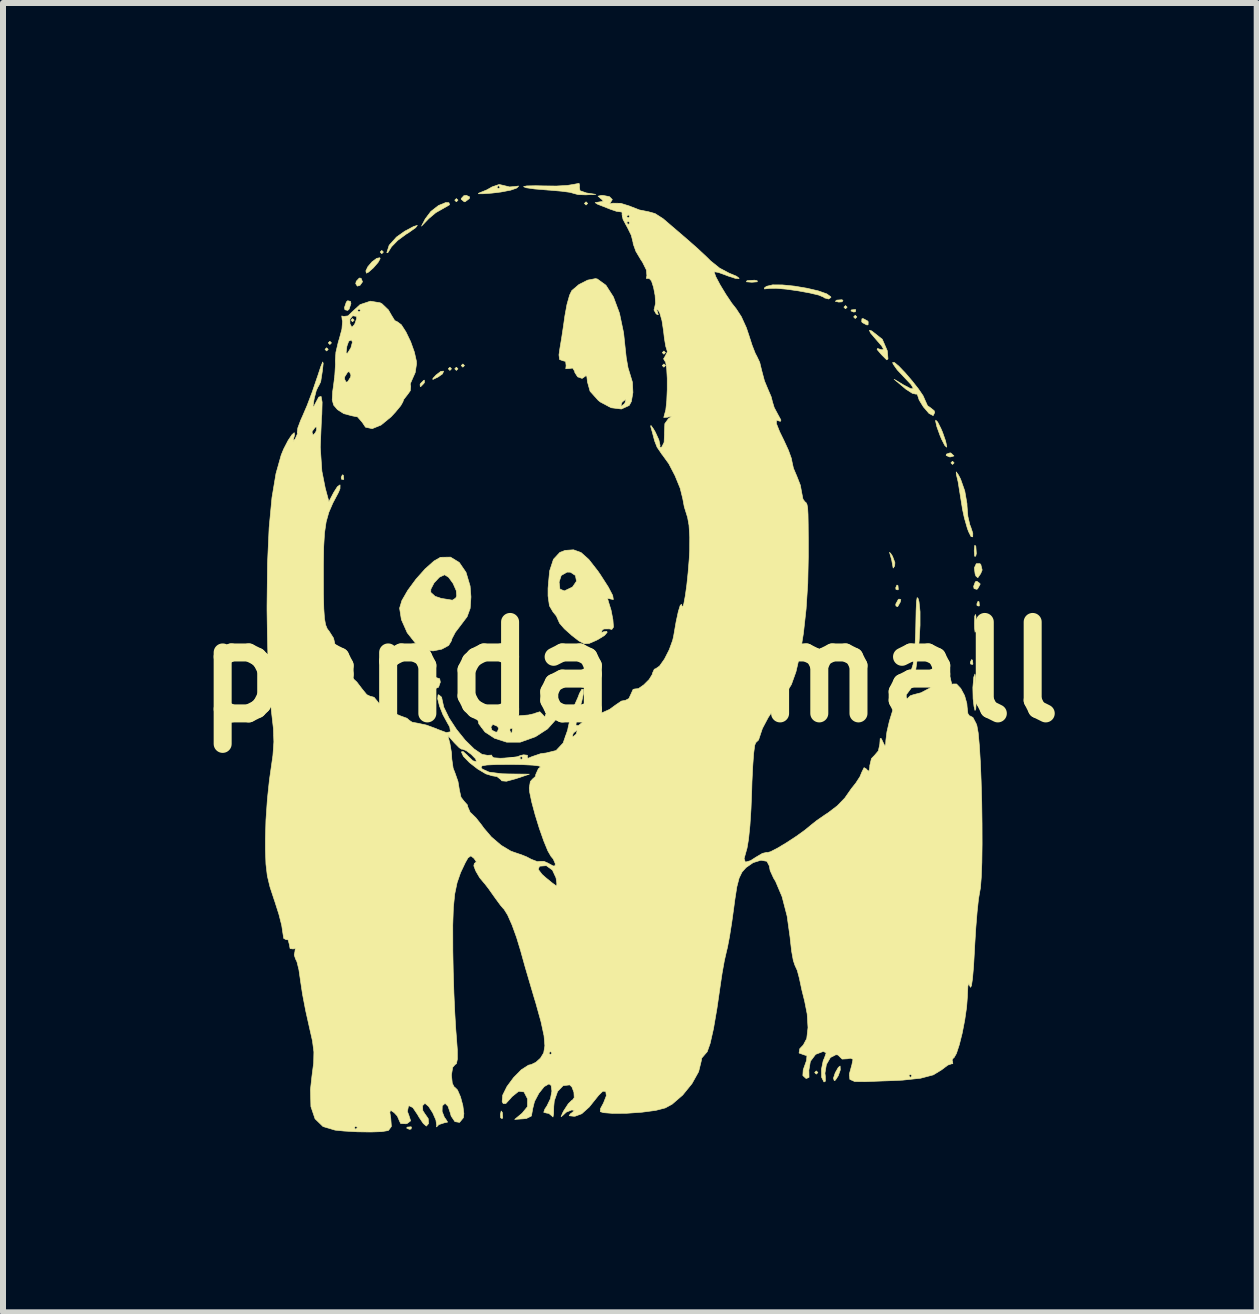
<source format=kicad_pcb>
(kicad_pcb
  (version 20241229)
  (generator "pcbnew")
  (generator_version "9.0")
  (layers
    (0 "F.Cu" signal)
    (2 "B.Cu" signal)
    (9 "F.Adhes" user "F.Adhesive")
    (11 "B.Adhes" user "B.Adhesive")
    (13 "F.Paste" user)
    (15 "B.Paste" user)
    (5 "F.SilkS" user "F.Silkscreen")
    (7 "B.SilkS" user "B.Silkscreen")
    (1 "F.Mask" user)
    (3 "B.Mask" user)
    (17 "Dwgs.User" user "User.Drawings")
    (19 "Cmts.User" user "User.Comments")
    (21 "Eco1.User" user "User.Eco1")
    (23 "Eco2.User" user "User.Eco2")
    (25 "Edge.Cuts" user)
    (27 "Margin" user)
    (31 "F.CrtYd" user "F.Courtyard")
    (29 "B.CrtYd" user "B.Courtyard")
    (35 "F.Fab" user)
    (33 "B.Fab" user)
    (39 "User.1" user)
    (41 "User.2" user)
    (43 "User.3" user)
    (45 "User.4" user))
  (footprint "panda_small"
    (layer "F.Cu")
    (at 7.446 8.149)
    (property "Reference" "panda_small" (at 0 0 0) (layer "F.SilkS") (effects (font (size 1.524 1.524) (thickness 0.3))))
    (attr through_hole)
    (fp_poly (pts (xy -5.026 -5.377) (xy -5.053 -5.35) (xy -5.08 -5.377) (xy -5.053 -5.404) (xy -5.026 -5.377)) (stroke (width 0.01) (type solid)) (fill yes) (layer "F.SilkS"))
    (fp_poly (pts (xy -4.972 -5.485) (xy -4.999 -5.458) (xy -5.026 -5.485) (xy -4.999 -5.512) (xy -4.972 -5.485)) (stroke (width 0.01) (type solid)) (fill yes) (layer "F.SilkS"))
    (fp_poly (pts (xy -4.594 -5.864) (xy -4.621 -5.837) (xy -4.648 -5.864) (xy -4.621 -5.891) (xy -4.594 -5.864)) (stroke (width 0.01) (type solid)) (fill yes) (layer "F.SilkS"))
    (fp_poly (pts (xy -4.107 -6.999) (xy -4.134 -6.971) (xy -4.161 -6.999) (xy -4.134 -7.026) (xy -4.107 -6.999)) (stroke (width 0.01) (type solid)) (fill yes) (layer "F.SilkS"))
    (fp_poly (pts (xy -2.972 -5.053) (xy -2.999 -5.026) (xy -3.026 -5.053) (xy -2.999 -5.08) (xy -2.972 -5.053)) (stroke (width 0.01) (type solid)) (fill yes) (layer "F.SilkS"))
    (fp_poly (pts (xy -2.864 -7.863) (xy -2.891 -7.836) (xy -2.918 -7.863) (xy -2.891 -7.89) (xy -2.864 -7.863)) (stroke (width 0.01) (type solid)) (fill yes) (layer "F.SilkS"))
    (fp_poly (pts (xy -2.864 -5.053) (xy -2.891 -5.026) (xy -2.918 -5.053) (xy -2.891 -5.08) (xy -2.864 -5.053)) (stroke (width 0.01) (type solid)) (fill yes) (layer "F.SilkS"))
    (fp_poly (pts (xy -2.756 -5.107) (xy -2.783 -5.08) (xy -2.81 -5.107) (xy -2.783 -5.134) (xy -2.756 -5.107)) (stroke (width 0.01) (type solid)) (fill yes) (layer "F.SilkS"))
    (fp_poly (pts (xy -0.703 -7.809) (xy -0.73 -7.782) (xy -0.757 -7.809) (xy -0.73 -7.836) (xy -0.703 -7.809)) (stroke (width 0.01) (type solid)) (fill yes) (layer "F.SilkS"))
    (fp_poly (pts (xy 0.594 -5.323) (xy 0.567 -5.296) (xy 0.54 -5.323) (xy 0.567 -5.35) (xy 0.594 -5.323)) (stroke (width 0.01) (type solid)) (fill yes) (layer "F.SilkS"))
    (fp_poly (pts (xy 0.594 -5.107) (xy 0.567 -5.08) (xy 0.54 -5.107) (xy 0.567 -5.134) (xy 0.594 -5.107)) (stroke (width 0.01) (type solid)) (fill yes) (layer "F.SilkS"))
    (fp_poly (pts (xy 3.134 6.674) (xy 3.107 6.701) (xy 3.08 6.674) (xy 3.107 6.647) (xy 3.134 6.674)) (stroke (width 0.01) (type solid)) (fill yes) (layer "F.SilkS"))
    (fp_poly (pts (xy 3.621 -6.08) (xy 3.594 -6.053) (xy 3.567 -6.08) (xy 3.594 -6.107) (xy 3.621 -6.08)) (stroke (width 0.01) (type solid)) (fill yes) (layer "F.SilkS"))
    (fp_poly (pts (xy 3.783 -5.918) (xy 3.756 -5.891) (xy 3.729 -5.918) (xy 3.756 -5.945) (xy 3.783 -5.918)) (stroke (width 0.01) (type solid)) (fill yes) (layer "F.SilkS"))
    (fp_poly (pts (xy 5.404 -3.486) (xy 5.377 -3.459) (xy 5.35 -3.486) (xy 5.377 -3.513) (xy 5.404 -3.486)) (stroke (width 0.01) (type solid)) (fill yes) (layer "F.SilkS"))
    (fp_poly (pts (xy -4.774 -3.279) (xy -4.767 -3.214) (xy -4.774 -3.207) (xy -4.806 -3.214) (xy -4.81 -3.243) (xy -4.79 -3.287) (xy -4.774 -3.279)) (stroke (width 0.01) (type solid)) (fill yes) (layer "F.SilkS"))
    (fp_poly (pts (xy -3.639 7.584) (xy -3.646 7.616) (xy -3.675 7.62) (xy -3.719 7.6) (xy -3.711 7.584) (xy -3.647 7.578) (xy -3.639 7.584)) (stroke (width 0.01) (type solid)) (fill yes) (layer "F.SilkS"))
    (fp_poly (pts (xy -2.125 7.34) (xy -2.118 7.424) (xy -2.129 7.443) (xy -2.154 7.427) (xy -2.157 7.372) (xy -2.144 7.315) (xy -2.125 7.34)) (stroke (width 0.01) (type solid)) (fill yes) (layer "F.SilkS"))
    (fp_poly (pts (xy 3.552 -6.194) (xy 3.536 -6.169) (xy 3.481 -6.165) (xy 3.424 -6.178) (xy 3.449 -6.198) (xy 3.533 -6.204) (xy 3.552 -6.194)) (stroke (width 0.01) (type solid)) (fill yes) (layer "F.SilkS"))
    (fp_poly (pts (xy 3.765 -6.035) (xy 3.758 -6.003) (xy 3.729 -5.999) (xy 3.684 -6.018) (xy 3.693 -6.035) (xy 3.757 -6.041) (xy 3.765 -6.035)) (stroke (width 0.01) (type solid)) (fill yes) (layer "F.SilkS"))
    (fp_poly (pts (xy 4.468 -1.441) (xy 4.474 -1.377) (xy 4.468 -1.369) (xy 4.435 -1.376) (xy 4.431 -1.405) (xy 4.451 -1.45) (xy 4.468 -1.441)) (stroke (width 0.01) (type solid)) (fill yes) (layer "F.SilkS"))
    (fp_poly (pts (xy 5.71 -0.198) (xy 5.717 -0.134) (xy 5.71 -0.126) (xy 5.678 -0.134) (xy 5.674 -0.162) (xy 5.694 -0.207) (xy 5.71 -0.198)) (stroke (width 0.01) (type solid)) (fill yes) (layer "F.SilkS"))
    (fp_poly (pts (xy 5.819 -1.171) (xy 5.825 -1.107) (xy 5.819 -1.099) (xy 5.786 -1.106) (xy 5.783 -1.135) (xy 5.802 -1.179) (xy 5.819 -1.171)) (stroke (width 0.01) (type solid)) (fill yes) (layer "F.SilkS"))
    (fp_poly (pts (xy -4.479 -6.562) (xy -4.455 -6.503) (xy -4.497 -6.444) (xy -4.541 -6.431) (xy -4.568 -6.471) (xy -4.559 -6.512) (xy -4.508 -6.566) (xy -4.479 -6.562)) (stroke (width 0.01) (type solid)) (fill yes) (layer "F.SilkS"))
    (fp_poly (pts (xy -3.121 -4.969) (xy -3.197 -4.916) (xy -3.283 -4.875) (xy -3.282 -4.893) (xy -3.23 -4.949) (xy -3.149 -5.011) (xy -3.104 -5.014) (xy -3.121 -4.969)) (stroke (width 0.01) (type solid)) (fill yes) (layer "F.SilkS"))
    (fp_poly (pts (xy 4.516 -1.207) (xy 4.506 -1.165) (xy 4.463 -1.089) (xy 4.434 -1.101) (xy 4.431 -1.132) (xy 4.471 -1.205) (xy 4.485 -1.216) (xy 4.516 -1.207)) (stroke (width 0.01) (type solid)) (fill yes) (layer "F.SilkS"))
    (fp_poly (pts (xy 5.354 -3.646) (xy 5.401 -3.601) (xy 5.346 -3.585) (xy 5.326 -3.585) (xy 5.271 -3.609) (xy 5.275 -3.631) (xy 5.338 -3.653) (xy 5.354 -3.646)) (stroke (width 0.01) (type solid)) (fill yes) (layer "F.SilkS"))
    (fp_poly (pts (xy -4.655 -6.176) (xy -4.648 -6.14) (xy -4.679 -6.047) (xy -4.702 -6.026) (xy -4.748 -6.037) (xy -4.756 -6.073) (xy -4.724 -6.167) (xy -4.702 -6.188) (xy -4.655 -6.176)) (stroke (width 0.01) (type solid)) (fill yes) (layer "F.SilkS"))
    (fp_poly (pts (xy -3.422 -4.829) (xy -3.432 -4.81) (xy -3.483 -4.758) (xy -3.492 -4.756) (xy -3.496 -4.791) (xy -3.486 -4.81) (xy -3.435 -4.861) (xy -3.425 -4.864) (xy -3.422 -4.829)) (stroke (width 0.01) (type solid)) (fill yes) (layer "F.SilkS"))
    (fp_poly (pts (xy -3.169 0.112) (xy -3.158 0.168) (xy -3.188 0.253) (xy -3.227 0.27) (xy -3.29 0.227) (xy -3.297 0.195) (xy -3.254 0.109) (xy -3.227 0.093) (xy -3.169 0.112)) (stroke (width 0.01) (type solid)) (fill yes) (layer "F.SilkS"))
    (fp_poly (pts (xy -2.67 -7.918) (xy -2.675 -7.89) (xy -2.744 -7.838) (xy -2.759 -7.836) (xy -2.809 -7.877) (xy -2.81 -7.89) (xy -2.766 -7.938) (xy -2.726 -7.944) (xy -2.67 -7.918)) (stroke (width 0.01) (type solid)) (fill yes) (layer "F.SilkS"))
    (fp_poly (pts (xy -0.607 0.072) (xy -0.621 0.096) (xy -0.706 0.174) (xy -0.716 0.185) (xy -0.75 0.186) (xy -0.757 0.144) (xy -0.713 0.068) (xy -0.662 0.055) (xy -0.607 0.072)) (stroke (width 0.01) (type solid)) (fill yes) (layer "F.SilkS"))
    (fp_poly (pts (xy 2.122 -6.521) (xy 2.124 -6.503) (xy 2.039 -6.496) (xy 2.027 -6.496) (xy 1.943 -6.503) (xy 1.951 -6.52) (xy 1.96 -6.523) (xy 2.078 -6.53) (xy 2.122 -6.521)) (stroke (width 0.01) (type solid)) (fill yes) (layer "F.SilkS"))
    (fp_poly (pts (xy 3.507 6.631) (xy 3.473 6.727) (xy 3.426 6.8) (xy 3.406 6.809) (xy 3.393 6.768) (xy 3.423 6.678) (xy 3.474 6.589) (xy 3.504 6.566) (xy 3.507 6.631)) (stroke (width 0.01) (type solid)) (fill yes) (layer "F.SilkS"))
    (fp_poly (pts (xy 3.961 -5.851) (xy 3.972 -5.837) (xy 3.97 -5.787) (xy 3.951 -5.783) (xy 3.875 -5.822) (xy 3.864 -5.837) (xy 3.867 -5.886) (xy 3.885 -5.891) (xy 3.961 -5.851)) (stroke (width 0.01) (type solid)) (fill yes) (layer "F.SilkS"))
    (fp_poly (pts (xy 5.763 -2.102) (xy 5.766 -2.093) (xy 5.774 -1.975) (xy 5.764 -1.931) (xy 5.746 -1.929) (xy 5.739 -2.014) (xy 5.739 -2.027) (xy 5.747 -2.11) (xy 5.763 -2.102)) (stroke (width 0.01) (type solid)) (fill yes) (layer "F.SilkS"))
    (fp_poly (pts (xy 5.767 -0.932) (xy 5.776 -0.775) (xy 5.767 -0.689) (xy 5.753 -0.663) (xy 5.745 -0.731) (xy 5.743 -0.811) (xy 5.747 -0.928) (xy 5.758 -0.96) (xy 5.767 -0.932)) (stroke (width 0.01) (type solid)) (fill yes) (layer "F.SilkS"))
    (fp_poly (pts (xy 5.835 -1.474) (xy 5.837 -1.462) (xy 5.797 -1.389) (xy 5.783 -1.378) (xy 5.736 -1.39) (xy 5.729 -1.429) (xy 5.757 -1.503) (xy 5.783 -1.513) (xy 5.835 -1.474)) (stroke (width 0.01) (type solid)) (fill yes) (layer "F.SilkS"))
    (fp_poly (pts (xy 4.35 -1.971) (xy 4.377 -1.93) (xy 4.417 -1.823) (xy 4.413 -1.768) (xy 4.388 -1.733) (xy 4.382 -1.765) (xy 4.363 -1.869) (xy 4.346 -1.928) (xy 4.327 -1.996) (xy 4.35 -1.971)) (stroke (width 0.01) (type solid)) (fill yes) (layer "F.SilkS"))
    (fp_poly (pts (xy 5.848 -1.793) (xy 5.871 -1.7) (xy 5.846 -1.64) (xy 5.799 -1.572) (xy 5.768 -1.598) (xy 5.754 -1.632) (xy 5.741 -1.736) (xy 5.773 -1.805) (xy 5.833 -1.806) (xy 5.848 -1.793)) (stroke (width 0.01) (type solid)) (fill yes) (layer "F.SilkS"))
    (fp_poly (pts (xy -4.161 -6.889) (xy -4.196 -6.826) (xy -4.273 -6.737) (xy -4.354 -6.665) (xy -4.39 -6.647) (xy -4.399 -6.685) (xy -4.366 -6.754) (xy -4.296 -6.836) (xy -4.218 -6.894) (xy -4.167 -6.904) (xy -4.161 -6.889)) (stroke (width 0.01) (type solid)) (fill yes) (layer "F.SilkS"))
    (fp_poly (pts (xy -3.015 -7.821) (xy -3.004 -7.787) (xy -3.086 -7.739) (xy -3.089 -7.738) (xy -3.234 -7.655) (xy -3.352 -7.556) (xy -3.472 -7.431) (xy -3.409 -7.552) (xy -3.316 -7.675) (xy -3.189 -7.774) (xy -3.067 -7.824) (xy -3.015 -7.821)) (stroke (width 0.01) (type solid)) (fill yes) (layer "F.SilkS"))
    (fp_poly (pts (xy 5.129 -4.166) (xy 5.182 -4.062) (xy 5.211 -3.995) (xy 5.26 -3.855) (xy 5.281 -3.763) (xy 5.278 -3.747) (xy 5.247 -3.778) (xy 5.194 -3.882) (xy 5.166 -3.95) (xy 5.116 -4.089) (xy 5.095 -4.181) (xy 5.098 -4.197) (xy 5.129 -4.166)) (stroke (width 0.01) (type solid)) (fill yes) (layer "F.SilkS"))
    (fp_poly (pts (xy 5.763 0.093) (xy 5.771 0.256) (xy 5.772 0.284) (xy 5.772 0.492) (xy 5.765 0.613) (xy 5.752 0.641) (xy 5.735 0.571) (xy 5.72 0.444) (xy 5.716 0.259) (xy 5.731 0.088) (xy 5.733 0.08) (xy 5.751 0.033) (xy 5.763 0.093)) (stroke (width 0.01) (type solid)) (fill yes) (layer "F.SilkS"))
    (fp_poly (pts (xy -3.57 -7.405) (xy -3.691 -7.319) (xy -3.728 -7.297) (xy -3.869 -7.193) (xy -3.972 -7.087) (xy -3.992 -7.055) (xy -4.034 -6.987) (xy -4.05 -6.989) (xy -4.011 -7.112) (xy -3.889 -7.248) (xy -3.751 -7.346) (xy -3.602 -7.425) (xy -3.541 -7.443) (xy -3.57 -7.405)) (stroke (width 0.01) (type solid)) (fill yes) (layer "F.SilkS"))
    (fp_poly (pts (xy 4.031 -5.684) (xy 4.207 -5.545) (xy 4.29 -5.354) (xy 4.293 -5.326) (xy 4.302 -5.218) (xy 4.281 -5.202) (xy 4.21 -5.272) (xy 4.186 -5.298) (xy 4.12 -5.376) (xy 4.128 -5.392) (xy 4.191 -5.371) (xy 4.232 -5.373) (xy 4.196 -5.436) (xy 4.107 -5.538) (xy 4.009 -5.653) (xy 3.992 -5.696) (xy 4.031 -5.684)) (stroke (width 0.01) (type solid)) (fill yes) (layer "F.SilkS"))
    (fp_poly (pts (xy 5.475 -3.285) (xy 5.511 -3.216) (xy 5.581 -3.018) (xy 5.618 -2.805) (xy 5.619 -2.766) (xy 5.633 -2.594) (xy 5.666 -2.452) (xy 5.678 -2.425) (xy 5.715 -2.313) (xy 5.714 -2.253) (xy 5.686 -2.257) (xy 5.643 -2.343) (xy 5.624 -2.396) (xy 5.574 -2.57) (xy 5.54 -2.728) (xy 5.538 -2.747) (xy 5.47 -3.171) (xy 5.44 -3.297) (xy 5.439 -3.335) (xy 5.475 -3.285)) (stroke (width 0.01) (type solid)) (fill yes) (layer "F.SilkS"))
    (fp_poly (pts (xy 2.542 -6.451) (xy 2.742 -6.431) (xy 2.95 -6.396) (xy 3.139 -6.352) (xy 3.281 -6.302) (xy 3.349 -6.253) (xy 3.351 -6.243) (xy 3.313 -6.216) (xy 3.243 -6.235) (xy 3.228 -6.248) (xy 3.15 -6.281) (xy 2.999 -6.317) (xy 2.807 -6.352) (xy 2.609 -6.38) (xy 2.438 -6.395) (xy 2.335 -6.393) (xy 2.242 -6.384) (xy 2.245 -6.404) (xy 2.279 -6.428) (xy 2.379 -6.452) (xy 2.542 -6.451)) (stroke (width 0.01) (type solid)) (fill yes) (layer "F.SilkS"))
    (fp_poly (pts (xy -2.115 -8.111) (xy -2.005 -8.084) (xy -1.926 -8.09) (xy -1.853 -8.099) (xy -1.878 -8.072) (xy -1.891 -8.063) (xy -1.987 -8.03) (xy -2.15 -7.999) (xy -2.297 -7.981) (xy -2.447 -7.97) (xy -2.525 -7.97) (xy -2.515 -7.981) (xy -2.383 -8.035) (xy -2.305 -8.079) (xy -2.216 -8.079) (xy -2.189 -8.052) (xy -2.162 -8.079) (xy -2.189 -8.106) (xy -2.216 -8.079) (xy -2.305 -8.079) (xy -2.299 -8.083) (xy -2.178 -8.125) (xy -2.115 -8.111)) (stroke (width 0.01) (type solid)) (fill yes) (layer "F.SilkS"))
    (fp_poly (pts (xy 4.805 -1.223) (xy 4.819 -1.169) (xy 4.836 -1.005) (xy 4.836 -0.779) (xy 4.821 -0.518) (xy 4.795 -0.253) (xy 4.76 -0.011) (xy 4.718 0.179) (xy 4.676 0.285) (xy 4.616 0.365) (xy 4.596 0.358) (xy 4.594 0.291) (xy 4.617 0.164) (xy 4.675 0.016) (xy 4.675 0.015) (xy 4.72 -0.127) (xy 4.748 -0.349) (xy 4.763 -0.665) (xy 4.765 -0.764) (xy 4.77 -1.02) (xy 4.777 -1.176) (xy 4.788 -1.241) (xy 4.805 -1.223)) (stroke (width 0.01) (type solid)) (fill yes) (layer "F.SilkS"))
    (fp_poly (pts (xy -0.837 -8.101) (xy -0.842 -8.087) (xy -0.831 -8.021) (xy -0.725 -7.984) (xy -0.72 -7.983) (xy -0.567 -7.96) (xy -0.734 -7.952) (xy -0.861 -7.956) (xy -0.932 -7.975) (xy -0.932 -7.975) (xy -0.997 -7.994) (xy -1.141 -8.013) (xy -1.334 -8.03) (xy -1.357 -8.031) (xy -1.587 -8.05) (xy -1.727 -8.07) (xy -1.772 -8.088) (xy -1.72 -8.101) (xy -1.566 -8.104) (xy -1.432 -8.101) (xy -1.222 -8.099) (xy -1.042 -8.109) (xy -0.933 -8.127) (xy -0.846 -8.144) (xy -0.837 -8.101)) (stroke (width 0.01) (type solid)) (fill yes) (layer "F.SilkS"))
    (fp_poly (pts (xy 4.41 -5.158) (xy 4.486 -5.093) (xy 4.591 -4.983) (xy 4.704 -4.851) (xy 4.809 -4.718) (xy 4.886 -4.605) (xy 4.918 -4.533) (xy 4.918 -4.532) (xy 4.961 -4.437) (xy 4.999 -4.412) (xy 5.071 -4.355) (xy 5.08 -4.325) (xy 5.055 -4.273) (xy 4.986 -4.309) (xy 4.891 -4.42) (xy 4.822 -4.532) (xy 4.797 -4.607) (xy 4.798 -4.611) (xy 4.781 -4.635) (xy 4.771 -4.63) (xy 4.707 -4.645) (xy 4.6 -4.714) (xy 4.567 -4.742) (xy 4.404 -4.879) (xy 4.558 -4.786) (xy 4.683 -4.721) (xy 4.726 -4.723) (xy 4.688 -4.789) (xy 4.568 -4.917) (xy 4.566 -4.919) (xy 4.456 -5.036) (xy 4.389 -5.13) (xy 4.379 -5.158) (xy 4.41 -5.158)) (stroke (width 0.01) (type solid)) (fill yes) (layer "F.SilkS"))
    (fp_poly (pts (xy -2.843 -1.826) (xy -2.73 -1.661) (xy -2.662 -1.433) (xy -2.648 -1.252) (xy -2.661 -1.061) (xy -2.712 -0.922) (xy -2.81 -0.792) (xy -2.909 -0.662) (xy -2.966 -0.553) (xy -2.972 -0.523) (xy -3.02 -0.443) (xy -3.135 -0.381) (xy -3.279 -0.352) (xy -3.399 -0.366) (xy -3.567 -0.474) (xy -3.71 -0.655) (xy -3.807 -0.874) (xy -3.837 -1.064) (xy -3.799 -1.191) (xy -3.72 -1.328) (xy -3.318 -1.328) (xy -3.246 -1.262) (xy -3.143 -1.227) (xy -3.021 -1.208) (xy -2.957 -1.197) (xy -2.903 -1.232) (xy -2.885 -1.266) (xy -2.893 -1.357) (xy -2.946 -1.477) (xy -3.02 -1.579) (xy -3.087 -1.621) (xy -3.174 -1.58) (xy -3.262 -1.486) (xy -3.316 -1.382) (xy -3.318 -1.328) (xy -3.72 -1.328) (xy -3.701 -1.361) (xy -3.565 -1.546) (xy -3.412 -1.718) (xy -3.264 -1.85) (xy -3.156 -1.912) (xy -2.989 -1.915) (xy -2.843 -1.826)) (stroke (width 0.01) (type solid)) (fill yes) (layer "F.SilkS"))
    (fp_poly (pts (xy -1.19 0.65) (xy -1.238 0.798) (xy -1.372 0.948) (xy -1.573 1.078) (xy -1.581 1.081) (xy -1.827 1.169) (xy -2.052 1.169) (xy -2.254 1.104) (xy -2.414 0.999) (xy -2.477 0.916) (xy -2.316 0.916) (xy -2.298 0.97) (xy -2.231 1.003) (xy -2.207 0.995) (xy -2.199 0.973) (xy -2 0.973) (xy -1.98 1.017) (xy -1.964 1.009) (xy -1.957 0.945) (xy -1.964 0.937) (xy -1.996 0.944) (xy -2 0.973) (xy -2.199 0.973) (xy -2.185 0.937) (xy -2.21 0.903) (xy -2.283 0.872) (xy -2.316 0.916) (xy -2.477 0.916) (xy -2.517 0.863) (xy -2.54 0.769) (xy -2.49 0.748) (xy -2.358 0.734) (xy -2.167 0.73) (xy -2.094 0.732) (xy -1.87 0.731) (xy -1.691 0.716) (xy -1.586 0.692) (xy -1.577 0.686) (xy -1.5 0.662) (xy -1.456 0.706) (xy -1.416 0.751) (xy -1.406 0.713) (xy -1.372 0.67) (xy -1.345 0.679) (xy -1.269 0.674) (xy -1.238 0.642) (xy -1.199 0.598) (xy -1.19 0.65)) (stroke (width 0.01) (type solid)) (fill yes) (layer "F.SilkS"))
    (fp_poly (pts (xy -0.542 -6.55) (xy -0.399 -6.446) (xy -0.274 -6.251) (xy -0.173 -5.98) (xy -0.104 -5.651) (xy -0.082 -5.442) (xy -0.06 -5.238) (xy -0.03 -5.068) (xy -0.000222 -4.972) (xy 0.043 -4.829) (xy 0.051 -4.658) (xy 0.025 -4.508) (xy -0.011 -4.442) (xy -0.141 -4.383) (xy -0.31 -4.404) (xy -0.37 -4.435) (xy -0.149 -4.435) (xy -0.141 -4.431) (xy -0.092 -4.47) (xy -0.081 -4.486) (xy -0.067 -4.536) (xy -0.075 -4.54) (xy -0.124 -4.502) (xy -0.135 -4.486) (xy -0.149 -4.435) (xy -0.37 -4.435) (xy -0.492 -4.5) (xy -0.527 -4.528) (xy -0.663 -4.679) (xy -0.707 -4.837) (xy -0.717 -4.93) (xy -0.735 -4.939) (xy -0.737 -4.934) (xy -0.795 -4.893) (xy -0.87 -4.919) (xy -0.917 -4.992) (xy -0.919 -5.011) (xy -0.953 -5.066) (xy -1.006 -5.058) (xy -1.068 -5.054) (xy -1.062 -5.106) (xy -1.07 -5.176) (xy -1.117 -5.188) (xy -1.171 -5.208) (xy -1.181 -5.285) (xy -1.166 -5.391) (xy -1.138 -5.558) (xy -1.105 -5.776) (xy -1.083 -5.933) (xy -1.048 -6.125) (xy -1.004 -6.281) (xy -0.968 -6.356) (xy -0.849 -6.457) (xy -0.703 -6.531) (xy -0.573 -6.556) (xy -0.542 -6.55)) (stroke (width 0.01) (type solid)) (fill yes) (layer "F.SilkS"))
    (fp_poly (pts (xy -0.813 -1.991) (xy -0.684 -1.876) (xy -0.531 -1.68) (xy -0.492 -1.623) (xy -0.359 -1.416) (xy -0.286 -1.276) (xy -0.275 -1.208) (xy -0.329 -1.219) (xy -0.333 -1.222) (xy -0.372 -1.226) (xy -0.352 -1.157) (xy -0.313 -1.031) (xy -0.282 -0.871) (xy -0.282 -0.87) (xy -0.273 -0.748) (xy -0.3 -0.71) (xy -0.343 -0.719) (xy -0.435 -0.718) (xy -0.466 -0.692) (xy -0.47 -0.657) (xy -0.441 -0.67) (xy -0.385 -0.679) (xy -0.378 -0.662) (xy -0.422 -0.61) (xy -0.532 -0.542) (xy -0.564 -0.526) (xy -0.678 -0.477) (xy -0.759 -0.471) (xy -0.848 -0.518) (xy -0.967 -0.61) (xy -1.091 -0.721) (xy -1.171 -0.813) (xy -1.186 -0.847) (xy -1.224 -0.933) (xy -1.281 -1.003) (xy -1.34 -1.104) (xy -1.363 -1.268) (xy -1.363 -1.396) (xy -1.354 -1.5) (xy -1.179 -1.5) (xy -1.165 -1.382) (xy -1.091 -1.352) (xy -0.965 -1.412) (xy -0.953 -1.42) (xy -0.889 -1.514) (xy -0.907 -1.609) (xy -0.991 -1.664) (xy -1.047 -1.665) (xy -1.144 -1.609) (xy -1.179 -1.5) (xy -1.354 -1.5) (xy -1.337 -1.684) (xy -1.273 -1.879) (xy -1.167 -1.993) (xy -1.079 -2.027) (xy -0.939 -2.037) (xy -0.813 -1.991)) (stroke (width 0.01) (type solid)) (fill yes) (layer "F.SilkS"))
    (fp_poly (pts (xy -4.161 -6.153) (xy -4.131 -6.137) (xy -4.024 -6.035) (xy -3.973 -5.946) (xy -3.918 -5.857) (xy -3.874 -5.836) (xy -3.809 -5.788) (xy -3.731 -5.667) (xy -3.653 -5.505) (xy -3.591 -5.332) (xy -3.557 -5.18) (xy -3.555 -5.135) (xy -3.577 -4.99) (xy -3.622 -4.889) (xy -3.66 -4.801) (xy -3.652 -4.762) (xy -3.659 -4.688) (xy -3.701 -4.629) (xy -3.768 -4.543) (xy -3.783 -4.501) (xy -3.818 -4.439) (xy -3.907 -4.331) (xy -3.978 -4.254) (xy -4.146 -4.116) (xy -4.293 -4.056) (xy -4.405 -4.08) (xy -4.459 -4.161) (xy -4.538 -4.252) (xy -4.627 -4.269) (xy -4.767 -4.306) (xy -4.872 -4.373) (xy -4.936 -4.448) (xy -4.96 -4.536) (xy -4.952 -4.677) (xy -4.939 -4.765) (xy -4.924 -4.884) (xy -4.756 -4.884) (xy -4.729 -4.831) (xy -4.702 -4.837) (xy -4.653 -4.915) (xy -4.648 -4.951) (xy -4.675 -5.005) (xy -4.702 -4.999) (xy -4.751 -4.921) (xy -4.756 -4.884) (xy -4.924 -4.884) (xy -4.916 -4.957) (xy -4.906 -5.125) (xy -4.908 -5.19) (xy -4.899 -5.319) (xy -4.729 -5.319) (xy -4.707 -5.31) (xy -4.649 -5.401) (xy -4.623 -5.497) (xy -4.641 -5.535) (xy -4.685 -5.513) (xy -4.715 -5.431) (xy -4.729 -5.319) (xy -4.899 -5.319) (xy -4.899 -5.326) (xy -4.858 -5.501) (xy -4.841 -5.555) (xy -4.798 -5.715) (xy -4.788 -5.843) (xy -4.794 -5.873) (xy -4.795 -5.881) (xy -4.665 -5.881) (xy -4.664 -5.802) (xy -4.632 -5.746) (xy -4.593 -5.786) (xy -4.581 -5.808) (xy -4.551 -5.896) (xy -4.558 -5.927) (xy -4.619 -5.937) (xy -4.665 -5.881) (xy -4.795 -5.881) (xy -4.801 -5.934) (xy -4.769 -5.926) (xy -4.697 -5.935) (xy -4.635 -5.995) (xy -4.601 -6.026) (xy -4.54 -6.026) (xy -4.513 -5.999) (xy -4.486 -6.026) (xy -4.513 -6.053) (xy -4.54 -6.026) (xy -4.601 -6.026) (xy -4.495 -6.123) (xy -4.324 -6.18) (xy -4.161 -6.153)) (stroke (width 0.01) (type solid)) (fill yes) (layer "F.SilkS"))
    (fp_poly (pts (xy -0.34 -7.922) (xy -0.292 -7.873) (xy -0.326 -7.82) (xy -0.337 -7.814) (xy -0.348 -7.801) (xy -0.283 -7.813) (xy -0.152 -7.811) (xy 0.001 -7.763) (xy 0.009 -7.759) (xy 0.161 -7.7) (xy 0.294 -7.674) (xy 0.298 -7.674) (xy 0.42 -7.64) (xy 0.552 -7.556) (xy 0.557 -7.552) (xy 0.677 -7.449) (xy 0.837 -7.312) (xy 0.95 -7.215) (xy 1.115 -7.07) (xy 1.269 -6.927) (xy 1.346 -6.851) (xy 1.494 -6.732) (xy 1.658 -6.645) (xy 1.666 -6.642) (xy 1.777 -6.596) (xy 1.821 -6.561) (xy 1.819 -6.557) (xy 1.759 -6.56) (xy 1.639 -6.599) (xy 1.6 -6.614) (xy 1.477 -6.659) (xy 1.41 -6.67) (xy 1.405 -6.665) (xy 1.433 -6.586) (xy 1.504 -6.452) (xy 1.599 -6.295) (xy 1.697 -6.148) (xy 1.772 -6.053) (xy 1.857 -5.923) (xy 1.941 -5.739) (xy 1.981 -5.62) (xy 2.037 -5.446) (xy 2.09 -5.31) (xy 2.118 -5.258) (xy 2.164 -5.161) (xy 2.196 -5.029) (xy 2.243 -4.852) (xy 2.3 -4.715) (xy 2.355 -4.587) (xy 2.378 -4.497) (xy 2.406 -4.406) (xy 2.472 -4.283) (xy 2.518 -4.198) (xy 2.507 -4.176) (xy 2.499 -4.18) (xy 2.444 -4.197) (xy 2.442 -4.141) (xy 2.496 -4.005) (xy 2.567 -3.86) (xy 2.643 -3.695) (xy 2.692 -3.559) (xy 2.702 -3.505) (xy 2.726 -3.396) (xy 2.783 -3.262) (xy 2.841 -3.114) (xy 2.864 -2.989) (xy 2.885 -2.881) (xy 2.916 -2.839) (xy 2.937 -2.822) (xy 2.952 -2.792) (xy 2.963 -2.733) (xy 2.969 -2.628) (xy 2.972 -2.461) (xy 2.974 -2.217) (xy 2.974 -1.919) (xy 2.965 -1.478) (xy 2.937 -1.05) (xy 2.893 -0.65) (xy 2.836 -0.296) (xy 2.768 -0.004) (xy 2.692 0.208) (xy 2.639 0.294) (xy 2.454 0.534) (xy 2.306 0.757) (xy 2.209 0.94) (xy 2.181 1.023) (xy 2.145 1.132) (xy 2.101 1.174) (xy 2.1 1.173) (xy 2.081 1.22) (xy 2.063 1.357) (xy 2.048 1.566) (xy 2.035 1.829) (xy 2.031 1.973) (xy 2.019 2.281) (xy 2.001 2.559) (xy 1.978 2.785) (xy 1.953 2.934) (xy 1.945 2.962) (xy 1.904 3.109) (xy 1.925 3.168) (xy 2.012 3.143) (xy 2.097 3.088) (xy 2.209 3.022) (xy 2.282 3.005) (xy 2.288 3.009) (xy 2.343 2.995) (xy 2.46 2.935) (xy 2.613 2.843) (xy 2.776 2.736) (xy 2.923 2.63) (xy 3.021 2.549) (xy 3.114 2.475) (xy 3.253 2.379) (xy 3.304 2.346) (xy 3.457 2.229) (xy 3.582 2.1) (xy 3.605 2.067) (xy 3.693 1.941) (xy 3.765 1.851) (xy 3.835 1.743) (xy 3.866 1.668) (xy 3.903 1.593) (xy 3.943 1.617) (xy 3.95 1.628) (xy 3.985 1.654) (xy 3.998 1.582) (xy 3.998 1.56) (xy 4.026 1.442) (xy 4.08 1.386) (xy 4.141 1.314) (xy 4.165 1.204) (xy 4.172 1.107) (xy 4.191 1.11) (xy 4.215 1.162) (xy 4.25 1.232) (xy 4.263 1.204) (xy 4.266 1.141) (xy 4.284 0.997) (xy 4.325 0.819) (xy 4.377 0.65) (xy 4.428 0.534) (xy 4.441 0.516) (xy 4.479 0.423) (xy 4.486 0.354) (xy 4.496 0.283) (xy 4.531 0.312) (xy 4.535 0.319) (xy 4.564 0.436) (xy 4.558 0.481) (xy 4.549 0.529) (xy 4.585 0.484) (xy 4.592 0.473) (xy 4.674 0.395) (xy 4.725 0.378) (xy 4.852 0.345) (xy 5.009 0.262) (xy 5.116 0.18) (xy 5.206 0.18) (xy 5.214 0.212) (xy 5.242 0.216) (xy 5.287 0.196) (xy 5.278 0.18) (xy 5.214 0.174) (xy 5.206 0.18) (xy 5.116 0.18) (xy 5.149 0.155) (xy 5.157 0.147) (xy 5.266 0.065) (xy 5.333 0.074) (xy 5.35 0.144) (xy 5.366 0.204) (xy 5.385 0.199) (xy 5.444 0.199) (xy 5.514 0.273) (xy 5.578 0.392) (xy 5.616 0.526) (xy 5.62 0.579) (xy 5.633 0.692) (xy 5.663 0.735) (xy 5.67 0.732) (xy 5.717 0.757) (xy 5.77 0.858) (xy 5.783 0.892) (xy 5.805 1.014) (xy 5.824 1.223) (xy 5.841 1.499) (xy 5.854 1.822) (xy 5.864 2.171) (xy 5.869 2.527) (xy 5.87 2.867) (xy 5.866 3.173) (xy 5.856 3.424) (xy 5.842 3.598) (xy 5.833 3.648) (xy 5.81 3.782) (xy 5.787 3.997) (xy 5.765 4.265) (xy 5.747 4.559) (xy 5.744 4.621) (xy 5.728 4.904) (xy 5.71 5.11) (xy 5.692 5.23) (xy 5.675 5.254) (xy 5.67 5.242) (xy 5.647 5.191) (xy 5.633 5.234) (xy 5.626 5.378) (xy 5.626 5.397) (xy 5.612 5.583) (xy 5.581 5.798) (xy 5.539 6.016) (xy 5.49 6.211) (xy 5.442 6.357) (xy 5.401 6.428) (xy 5.392 6.431) (xy 5.369 6.465) (xy 5.378 6.486) (xy 5.382 6.528) (xy 5.367 6.527) (xy 5.299 6.55) (xy 5.2 6.625) (xy 5.195 6.629) (xy 5.057 6.713) (xy 4.845 6.769) (xy 4.546 6.801) (xy 4.377 6.809) (xy 4.205 6.815) (xy 3.995 6.823) (xy 3.918 6.826) (xy 3.747 6.824) (xy 3.666 6.788) (xy 3.661 6.728) (xy 4.648 6.728) (xy 4.675 6.755) (xy 4.702 6.728) (xy 4.675 6.701) (xy 4.648 6.728) (xy 3.661 6.728) (xy 3.659 6.695) (xy 3.7 6.545) (xy 3.719 6.453) (xy 3.675 6.435) (xy 3.627 6.445) (xy 3.538 6.45) (xy 3.513 6.426) (xy 3.469 6.382) (xy 3.434 6.377) (xy 3.342 6.424) (xy 3.275 6.54) (xy 3.251 6.685) (xy 3.257 6.733) (xy 3.259 6.818) (xy 3.235 6.832) (xy 3.196 6.754) (xy 3.193 6.62) (xy 3.222 6.478) (xy 3.244 6.428) (xy 3.272 6.346) (xy 3.226 6.323) (xy 3.221 6.323) (xy 3.096 6.371) (xy 3.008 6.488) (xy 2.983 6.639) (xy 2.984 6.65) (xy 2.986 6.754) (xy 2.943 6.773) (xy 2.931 6.769) (xy 2.883 6.724) (xy 2.889 6.629) (xy 2.945 6.472) (xy 2.951 6.394) (xy 2.897 6.377) (xy 2.82 6.349) (xy 2.831 6.278) (xy 2.891 6.215) (xy 2.948 6.107) (xy 2.969 5.925) (xy 2.955 5.698) (xy 2.913 5.485) (xy 2.867 5.301) (xy 2.83 5.128) (xy 2.826 5.107) (xy 2.79 4.972) (xy 2.751 4.887) (xy 2.724 4.807) (xy 2.696 4.652) (xy 2.673 4.452) (xy 2.671 4.427) (xy 2.621 4.068) (xy 2.537 3.744) (xy 2.429 3.489) (xy 2.395 3.433) (xy 2.338 3.308) (xy 2.324 3.231) (xy 2.284 3.154) (xy 2.185 3.136) (xy 2.055 3.176) (xy 1.935 3.259) (xy 1.869 3.334) (xy 1.821 3.433) (xy 1.783 3.579) (xy 1.749 3.798) (xy 1.733 3.921) (xy 1.698 4.174) (xy 1.661 4.408) (xy 1.627 4.587) (xy 1.612 4.648) (xy 1.575 4.809) (xy 1.537 5.021) (xy 1.516 5.161) (xy 1.452 5.603) (xy 1.393 5.947) (xy 1.338 6.189) (xy 1.289 6.328) (xy 1.259 6.362) (xy 1.199 6.432) (xy 1.189 6.485) (xy 1.146 6.66) (xy 1.035 6.859) (xy 0.88 7.05) (xy 0.704 7.202) (xy 0.59 7.264) (xy 0.431 7.305) (xy 0.204 7.335) (xy -0.051 7.353) (xy -0.294 7.354) (xy -0.438 7.343) (xy -0.493 7.326) (xy -0.489 7.275) (xy -0.439 7.182) (xy -0.392 7.062) (xy -0.401 6.989) (xy -0.451 6.985) (xy -0.52 7.053) (xy -0.677 7.249) (xy -0.802 7.361) (xy -0.912 7.402) (xy -0.932 7.403) (xy -1.011 7.394) (xy -0.992 7.363) (xy -0.973 7.35) (xy -0.923 7.308) (xy -0.967 7.297) (xy -1.059 7.334) (xy -1.119 7.39) (xy -1.146 7.411) (xy -1.122 7.351) (xy -1.1 7.309) (xy -1.026 7.195) (xy -0.966 7.136) (xy -0.957 7.134) (xy -0.927 7.093) (xy -0.932 7.003) (xy -0.965 6.916) (xy -1.002 6.88) (xy -1.112 6.893) (xy -1.204 6.989) (xy -1.259 7.145) (xy -1.268 7.24) (xy -1.271 7.364) (xy -1.281 7.415) (xy -1.287 7.408) (xy -1.35 7.355) (xy -1.386 7.35) (xy -1.435 7.337) (xy -1.416 7.283) (xy -1.381 7.23) (xy -1.323 7.11) (xy -1.299 6.984) (xy -1.311 6.89) (xy -1.347 6.863) (xy -1.428 6.909) (xy -1.516 7.019) (xy -1.589 7.157) (xy -1.621 7.285) (xy -1.621 7.291) (xy -1.641 7.399) (xy -1.724 7.44) (xy -1.77 7.445) (xy -1.919 7.455) (xy -1.795 7.352) (xy -1.706 7.243) (xy -1.705 7.115) (xy -1.706 7.11) (xy -1.764 6.997) (xy -1.852 6.986) (xy -1.965 7.077) (xy -1.99 7.107) (xy -2.067 7.191) (xy -2.11 7.191) (xy -2.128 7.158) (xy -2.119 7.051) (xy -2.048 6.908) (xy -1.937 6.758) (xy -1.81 6.629) (xy -1.689 6.551) (xy -1.643 6.541) (xy -1.565 6.503) (xy -1.489 6.434) (xy -1.438 6.35) (xy -1.351 6.35) (xy -1.324 6.377) (xy -1.297 6.35) (xy -1.324 6.323) (xy -1.351 6.35) (xy -1.438 6.35) (xy -1.436 6.348) (xy -1.416 6.229) (xy -1.43 6.061) (xy -1.48 5.829) (xy -1.567 5.516) (xy -1.593 5.431) (xy -1.669 5.173) (xy -1.745 4.914) (xy -1.805 4.699) (xy -1.819 4.648) (xy -1.887 4.424) (xy -1.963 4.215) (xy -2.037 4.048) (xy -2.097 3.952) (xy -2.105 3.945) (xy -2.155 3.887) (xy -2.238 3.774) (xy -2.27 3.729) (xy -2.357 3.606) (xy -2.42 3.525) (xy -2.431 3.513) (xy -2.502 3.428) (xy -2.564 3.322) (xy -2.578 3.288) (xy -1.527 3.288) (xy -1.464 3.371) (xy -1.405 3.424) (xy -1.296 3.513) (xy -1.228 3.563) (xy -1.219 3.567) (xy -1.217 3.521) (xy -1.23 3.43) (xy -1.29 3.3) (xy -1.391 3.227) (xy -1.5 3.235) (xy -1.506 3.238) (xy -1.527 3.288) (xy -2.578 3.288) (xy -2.6 3.23) (xy -2.591 3.189) (xy -2.589 3.189) (xy -2.558 3.164) (xy -2.595 3.107) (xy -2.649 3.063) (xy -2.697 3.097) (xy -2.741 3.174) (xy -2.821 3.343) (xy -2.879 3.51) (xy -2.918 3.697) (xy -2.941 3.926) (xy -2.951 4.217) (xy -2.95 4.593) (xy -2.95 4.648) (xy -2.943 4.996) (xy -2.932 5.352) (xy -2.917 5.683) (xy -2.901 5.953) (xy -2.894 6.039) (xy -2.875 6.292) (xy -2.874 6.45) (xy -2.89 6.527) (xy -2.91 6.539) (xy -2.952 6.587) (xy -2.972 6.707) (xy -2.972 6.728) (xy -2.959 6.853) (xy -2.927 6.916) (xy -2.92 6.917) (xy -2.872 6.965) (xy -2.822 7.08) (xy -2.783 7.224) (xy -2.766 7.357) (xy -2.774 7.427) (xy -2.838 7.505) (xy -2.915 7.492) (xy -2.978 7.399) (xy -2.991 7.35) (xy -3.03 7.236) (xy -3.078 7.188) (xy -3.079 7.188) (xy -3.126 7.229) (xy -3.129 7.322) (xy -3.09 7.422) (xy -3.07 7.447) (xy -3.037 7.5) (xy -3.092 7.512) (xy -3.184 7.542) (xy -3.207 7.567) (xy -3.223 7.58) (xy -3.219 7.554) (xy -3.232 7.465) (xy -3.285 7.345) (xy -3.353 7.239) (xy -3.413 7.188) (xy -3.416 7.188) (xy -3.455 7.227) (xy -3.45 7.309) (xy -3.407 7.376) (xy -3.405 7.377) (xy -3.36 7.442) (xy -3.354 7.524) (xy -3.39 7.566) (xy -3.392 7.566) (xy -3.442 7.523) (xy -3.514 7.416) (xy -3.537 7.375) (xy -3.616 7.258) (xy -3.679 7.228) (xy -3.689 7.234) (xy -3.707 7.322) (xy -3.681 7.392) (xy -3.653 7.479) (xy -3.709 7.522) (xy -3.73 7.528) (xy -3.819 7.524) (xy -3.837 7.486) (xy -3.875 7.399) (xy -3.927 7.343) (xy -3.986 7.303) (xy -4 7.336) (xy -3.984 7.439) (xy -3.974 7.573) (xy -4.021 7.637) (xy -4.033 7.642) (xy -4.137 7.659) (xy -4.316 7.665) (xy -4.537 7.662) (xy -4.765 7.649) (xy -4.912 7.634) (xy -5.049 7.593) (xy -4.594 7.593) (xy -4.567 7.62) (xy -4.54 7.593) (xy -4.567 7.566) (xy -4.594 7.593) (xy -5.049 7.593) (xy -5.113 7.574) (xy -5.246 7.445) (xy -5.315 7.241) (xy -5.322 6.956) (xy -5.298 6.737) (xy -5.269 6.512) (xy -5.265 6.331) (xy -5.289 6.146) (xy -5.343 5.908) (xy -5.344 5.903) (xy -5.402 5.644) (xy -5.454 5.373) (xy -5.488 5.148) (xy -5.489 5.139) (xy -5.515 4.96) (xy -5.547 4.83) (xy -5.571 4.78) (xy -5.593 4.714) (xy -5.582 4.664) (xy -5.575 4.605) (xy -5.611 4.615) (xy -5.662 4.608) (xy -5.674 4.54) (xy -5.695 4.463) (xy -5.729 4.459) (xy -5.768 4.439) (xy -5.783 4.344) (xy -5.801 4.223) (xy -5.848 4.038) (xy -5.916 3.825) (xy -5.929 3.787) (xy -5.997 3.58) (xy -6.041 3.397) (xy -6.064 3.202) (xy -6.073 2.957) (xy -6.073 2.783) (xy -6.064 2.466) (xy -6.04 2.118) (xy -6.006 1.796) (xy -5.988 1.671) (xy -5.948 1.39) (xy -5.932 1.164) (xy -5.936 1.054) (xy -3.035 1.054) (xy -2.999 1.189) (xy -2.972 1.348) (xy -2.967 1.45) (xy -2.945 1.602) (xy -2.912 1.687) (xy -2.864 1.824) (xy -2.841 1.963) (xy -2.814 2.086) (xy -2.766 2.149) (xy -2.766 2.149) (xy -2.707 2.215) (xy -2.702 2.245) (xy -2.661 2.338) (xy -2.634 2.362) (xy -2.563 2.432) (xy -2.467 2.554) (xy -2.437 2.597) (xy -2.308 2.748) (xy -2.144 2.888) (xy -1.984 2.984) (xy -1.932 3.003) (xy -1.864 3.026) (xy -1.797 3.049) (xy -1.722 3.079) (xy -1.642 3.121) (xy -1.543 3.159) (xy -1.497 3.155) (xy -1.433 3.154) (xy -1.369 3.182) (xy -1.277 3.232) (xy -1.246 3.229) (xy -1.243 3.192) (xy -1.277 3.115) (xy -1.314 3.071) (xy -1.366 2.981) (xy -1.434 2.816) (xy -1.508 2.606) (xy -1.578 2.379) (xy -1.635 2.167) (xy -1.67 1.999) (xy -1.676 1.932) (xy -1.658 1.824) (xy -1.621 1.783) (xy -1.573 1.74) (xy -1.567 1.705) (xy -1.525 1.612) (xy -1.49 1.583) (xy -1.507 1.566) (xy -1.614 1.552) (xy -1.793 1.543) (xy -1.974 1.54) (xy -2.225 1.542) (xy -2.382 1.549) (xy -2.462 1.563) (xy -2.48 1.587) (xy -2.459 1.617) (xy -2.345 1.668) (xy -2.135 1.695) (xy -2.029 1.698) (xy -1.675 1.702) (xy -1.902 1.778) (xy -2.057 1.82) (xy -2.134 1.813) (xy -2.15 1.792) (xy -2.214 1.742) (xy -2.293 1.729) (xy -2.399 1.697) (xy -2.536 1.615) (xy -2.671 1.51) (xy -2.773 1.405) (xy -2.808 1.331) (xy -2.779 1.324) (xy -2.708 1.388) (xy -2.699 1.399) (xy -2.615 1.479) (xy -2.557 1.494) (xy -2.555 1.493) (xy -2.571 1.446) (xy -2.641 1.374) (xy -2.727 1.309) (xy -2.792 1.284) (xy -2.8 1.287) (xy -2.842 1.262) (xy -2.922 1.181) (xy -2.925 1.178) (xy -3.035 1.054) (xy -5.936 1.054) (xy -5.94 0.941) (xy -5.971 0.67) (xy -5.974 0.644) (xy -5.995 0.431) (xy -6.014 0.133) (xy -6.03 -0.225) (xy -6.04 -0.618) (xy -6.046 -1.023) (xy -6.046 -1.108) (xy -6.038 -1.809) (xy -6.011 -2.406) (xy -5.964 -2.905) (xy -5.897 -3.307) (xy -5.81 -3.616) (xy -5.769 -3.716) (xy -5.696 -3.857) (xy -5.633 -3.952) (xy -5.593 -3.989) (xy -5.587 -3.951) (xy -5.599 -3.907) (xy -5.614 -3.845) (xy -5.582 -3.879) (xy -5.575 -3.888) (xy -5.538 -3.973) (xy -5.541 -3.996) (xy -5.296 -3.996) (xy -5.279 -3.947) (xy -5.239 -3.99) (xy -5.222 -4.029) (xy -5.218 -4.085) (xy -5.243 -4.08) (xy -5.294 -4.011) (xy -5.296 -3.996) (xy -5.541 -3.996) (xy -5.542 -4.003) (xy -5.533 -4.068) (xy -5.486 -4.194) (xy -5.451 -4.272) (xy -5.378 -4.442) (xy -5.292 -4.669) (xy -5.212 -4.904) (xy -5.208 -4.914) (xy -5.15 -5.09) (xy -5.118 -5.167) (xy -5.11 -5.143) (xy -5.124 -5.017) (xy -5.152 -4.837) (xy -5.19 -4.76) (xy -5.195 -4.756) (xy -5.226 -4.689) (xy -5.259 -4.561) (xy -5.263 -4.54) (xy -5.279 -4.431) (xy -5.269 -4.42) (xy -5.246 -4.466) (xy -5.184 -4.582) (xy -5.145 -4.593) (xy -5.128 -4.497) (xy -5.133 -4.296) (xy -5.139 -4.224) (xy -5.159 -3.747) (xy -5.132 -3.347) (xy -5.076 -3.065) (xy -5.015 -2.839) (xy -4.935 -2.992) (xy -4.874 -3.088) (xy -4.831 -3.119) (xy -4.829 -3.117) (xy -4.83 -3.055) (xy -4.857 -2.991) (xy -4.95 -2.815) (xy -5.017 -2.66) (xy -5.061 -2.503) (xy -5.088 -2.319) (xy -5.102 -2.085) (xy -5.107 -1.777) (xy -5.107 -1.617) (xy -5.106 -1.291) (xy -5.1 -1.055) (xy -5.089 -0.893) (xy -5.07 -0.786) (xy -5.042 -0.719) (xy -5.012 -0.681) (xy -4.938 -0.565) (xy -4.918 -0.48) (xy -4.891 -0.355) (xy -4.823 -0.192) (xy -4.737 -0.035) (xy -4.653 0.074) (xy -4.63 0.092) (xy -4.55 0.166) (xy -4.461 0.283) (xy -4.384 0.377) (xy -4.325 0.405) (xy -4.321 0.404) (xy -4.262 0.421) (xy -4.22 0.472) (xy -4.176 0.528) (xy -4.163 0.519) (xy -4.133 0.518) (xy -4.064 0.583) (xy -3.934 0.684) (xy -3.82 0.732) (xy -3.715 0.77) (xy -3.675 0.805) (xy -3.628 0.836) (xy -3.535 0.853) (xy -3.39 0.884) (xy -3.224 0.945) (xy -3.209 0.953) (xy -3.058 1.009) (xy -2.989 0.995) (xy -3.002 0.914) (xy -3.037 0.853) (xy -3.114 0.712) (xy -3.172 0.566) (xy -3.202 0.446) (xy -3.196 0.382) (xy -3.186 0.378) (xy -3.136 0.42) (xy -3.134 0.435) (xy -3.101 0.585) (xy -3.013 0.766) (xy -2.888 0.957) (xy -2.743 1.137) (xy -2.595 1.282) (xy -2.463 1.372) (xy -2.373 1.388) (xy -2.302 1.384) (xy -2.297 1.406) (xy -2.267 1.429) (xy -2.159 1.437) (xy -2.095 1.434) (xy -2.073 1.432) (xy -1.837 1.432) (xy -1.81 1.459) (xy -1.783 1.432) (xy -1.81 1.405) (xy -1.837 1.432) (xy -2.073 1.432) (xy -1.954 1.422) (xy -1.873 1.411) (xy -1.864 1.407) (xy -1.82 1.39) (xy -1.77 1.379) (xy -1.706 1.387) (xy -1.709 1.415) (xy -1.699 1.438) (xy -1.631 1.41) (xy -1.484 1.36) (xy -1.395 1.349) (xy -1.229 1.308) (xy -1.112 1.183) (xy -1.075 1.077) (xy -0.96 1.077) (xy -0.952 1.081) (xy -0.903 1.043) (xy -0.892 1.027) (xy -0.878 0.976) (xy -0.885 0.973) (xy -0.935 1.011) (xy -0.946 1.027) (xy -0.96 1.077) (xy -1.075 1.077) (xy -1.036 0.966) (xy -1.029 0.928) (xy -0.988 0.75) (xy -0.945 0.604) (xy -0.924 0.556) (xy -0.863 0.419) (xy -0.84 0.357) (xy -0.801 0.288) (xy -0.775 0.287) (xy -0.773 0.353) (xy -0.801 0.486) (xy -0.834 0.598) (xy -0.889 0.789) (xy -0.898 0.886) (xy -0.86 0.895) (xy -0.79 0.837) (xy -0.701 0.781) (xy -0.649 0.783) (xy -0.599 0.783) (xy -0.594 0.766) (xy -0.549 0.714) (xy -0.472 0.683) (xy -0.336 0.622) (xy -0.241 0.552) (xy -0.141 0.484) (xy -0.073 0.471) (xy -0.016 0.442) (xy 0.018 0.369) (xy 0.054 0.289) (xy 0.084 0.282) (xy 0.143 0.276) (xy 0.233 0.213) (xy 0.322 0.124) (xy 0.374 0.039) (xy 0.378 0.017) (xy 0.408 -0.048) (xy 0.428 -0.054) (xy 0.495 -0.1) (xy 0.577 -0.216) (xy 0.656 -0.371) (xy 0.714 -0.53) (xy 0.73 -0.6) (xy 0.77 -0.833) (xy 0.808 -1.009) (xy 0.84 -1.112) (xy 0.861 -1.128) (xy 0.866 -1.108) (xy 0.88 -1.08) (xy 0.9 -1.14) (xy 0.924 -1.27) (xy 0.949 -1.449) (xy 0.971 -1.659) (xy 0.989 -1.88) (xy 0.997 -2.025) (xy 0.998 -2.249) (xy 0.986 -2.446) (xy 0.962 -2.579) (xy 0.957 -2.593) (xy 0.907 -2.754) (xy 0.882 -2.888) (xy 0.839 -3.062) (xy 0.753 -3.272) (xy 0.649 -3.472) (xy 0.545 -3.616) (xy 0.539 -3.622) (xy 0.454 -3.747) (xy 0.413 -3.851) (xy 0.374 -3.998) (xy 0.348 -4.089) (xy 0.351 -4.11) (xy 0.394 -4.05) (xy 0.424 -3.999) (xy 0.484 -3.868) (xy 0.504 -3.775) (xy 0.5 -3.761) (xy 0.506 -3.739) (xy 0.533 -3.751) (xy 0.571 -3.828) (xy 0.577 -3.966) (xy 0.576 -3.977) (xy 0.583 -4.139) (xy 0.642 -4.221) (xy 0.698 -4.261) (xy 0.657 -4.255) (xy 0.632 -4.247) (xy 0.565 -4.242) (xy 0.575 -4.281) (xy 0.599 -4.368) (xy 0.615 -4.52) (xy 0.623 -4.705) (xy 0.623 -4.894) (xy 0.614 -5.057) (xy 0.597 -5.163) (xy 0.58 -5.188) (xy 0.562 -5.219) (xy 0.587 -5.261) (xy 0.625 -5.336) (xy 0.619 -5.362) (xy 0.598 -5.428) (xy 0.575 -5.566) (xy 0.562 -5.681) (xy 0.536 -5.854) (xy 0.499 -5.984) (xy 0.475 -6.026) (xy 0.44 -6.047) (xy 0.46 -6.004) (xy 0.474 -5.954) (xy 0.44 -5.967) (xy 0.402 -6.034) (xy 0.41 -6.06) (xy 0.428 -6.146) (xy 0.421 -6.275) (xy 0.395 -6.411) (xy 0.36 -6.519) (xy 0.32 -6.561) (xy 0.312 -6.558) (xy 0.274 -6.56) (xy 0.284 -6.606) (xy 0.275 -6.702) (xy 0.209 -6.834) (xy 0.185 -6.869) (xy 0.101 -7.01) (xy 0.056 -7.135) (xy 0.054 -7.158) (xy 0.024 -7.278) (xy -0.046 -7.42) (xy -0.051 -7.427) (xy -0.082 -7.485) (xy -0.054 -7.485) (xy -0.027 -7.458) (xy 0 -7.485) (xy -0.027 -7.512) (xy -0.054 -7.485) (xy -0.082 -7.485) (xy -0.114 -7.545) (xy -0.124 -7.593) (xy -0.054 -7.593) (xy -0.027 -7.566) (xy 0 -7.593) (xy -0.027 -7.62) (xy -0.054 -7.593) (xy -0.124 -7.593) (xy -0.131 -7.625) (xy -0.128 -7.631) (xy -0.133 -7.668) (xy -0.145 -7.667) (xy -0.224 -7.678) (xy -0.324 -7.712) (xy -0.458 -7.765) (xy -0.54 -7.797) (xy -0.578 -7.822) (xy -0.513 -7.833) (xy -0.442 -7.845) (xy -0.471 -7.88) (xy -0.486 -7.89) (xy -0.53 -7.93) (xy -0.476 -7.943) (xy -0.449 -7.943) (xy -0.34 -7.922)) (stroke (width 0.01) (type solid)) (fill yes) (layer "F.SilkS")))
  (gr_rect
    (start -3 -3)
    (end 17.892 18.819)
    (stroke (width 0.1) (type default))
    (fill no)
    (layer "Edge.Cuts")))
</source>
